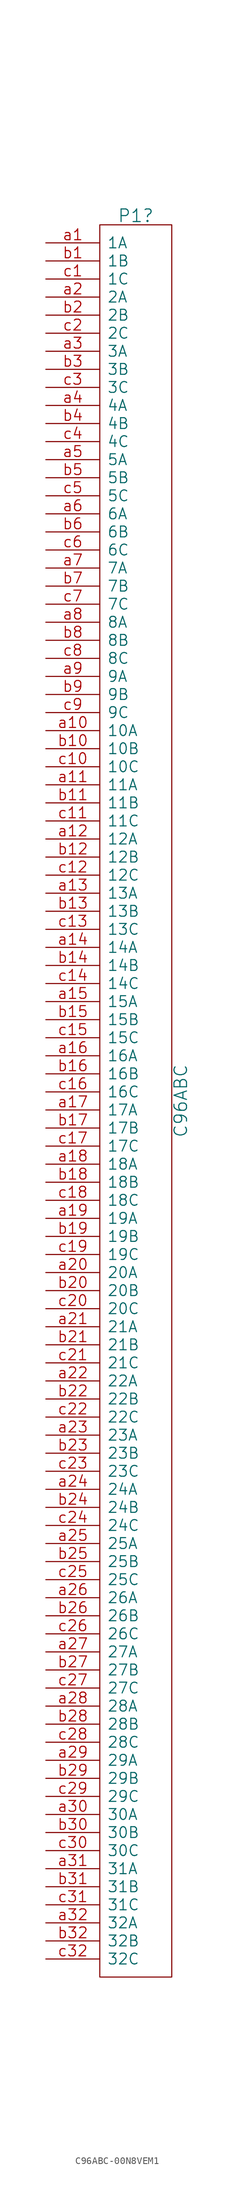
<source format=kicad_sym>
(kicad_symbol_lib
  (version 20231120)
  (generator "kicad_symbol_editor")
  (generator_version "8.0")
  (symbol "C96ABC-00N8VEM1"
    (pin_names
      (offset 1.016))
    (property "Reference" "P1"
      (at 0 124.46 0)
      (effects (font (size 1.778 1.778))))
    (property "Value" "C96ABC"
      (at 6.35 0 90)
      (effects (font (size 1.778 1.778))))
    (symbol "C96ABC-00N8VEM1_0_1"
      (rectangle (start -5.08 -123.19) (end 5.08 123.19) (stroke (width 0) (type solid)) (fill (type none))))
    (symbol "C96ABC-00N8VEM1_1_1"
      (pin passive line (at -12.7 120.65 0) (length 7.62) (name "1A" (effects (font (size 1.524 1.524)))) (number "a1" (effects (font (size 1.524 1.524)))))
      (pin passive line (at -12.7 52.07 0) (length 7.62) (name "10A" (effects (font (size 1.524 1.524)))) (number "a10" (effects (font (size 1.524 1.524)))))
      (pin passive line (at -12.7 44.45 0) (length 7.62) (name "11A" (effects (font (size 1.524 1.524)))) (number "a11" (effects (font (size 1.524 1.524)))))
      (pin passive line (at -12.7 36.83 0) (length 7.62) (name "12A" (effects (font (size 1.524 1.524)))) (number "a12" (effects (font (size 1.524 1.524)))))
      (pin passive line (at -12.7 29.21 0) (length 7.62) (name "13A" (effects (font (size 1.524 1.524)))) (number "a13" (effects (font (size 1.524 1.524)))))
      (pin passive line (at -12.7 21.59 0) (length 7.62) (name "14A" (effects (font (size 1.524 1.524)))) (number "a14" (effects (font (size 1.524 1.524)))))
      (pin passive line (at -12.7 13.97 0) (length 7.62) (name "15A" (effects (font (size 1.524 1.524)))) (number "a15" (effects (font (size 1.524 1.524)))))
      (pin passive line (at -12.7 6.35 0) (length 7.62) (name "16A" (effects (font (size 1.524 1.524)))) (number "a16" (effects (font (size 1.524 1.524)))))
      (pin passive line (at -12.7 -1.27 0) (length 7.62) (name "17A" (effects (font (size 1.524 1.524)))) (number "a17" (effects (font (size 1.524 1.524)))))
      (pin passive line (at -12.7 -8.89 0) (length 7.62) (name "18A" (effects (font (size 1.524 1.524)))) (number "a18" (effects (font (size 1.524 1.524)))))
      (pin passive line (at -12.7 -16.51 0) (length 7.62) (name "19A" (effects (font (size 1.524 1.524)))) (number "a19" (effects (font (size 1.524 1.524)))))
      (pin passive line (at -12.7 113.03 0) (length 7.62) (name "2A" (effects (font (size 1.524 1.524)))) (number "a2" (effects (font (size 1.524 1.524)))))
      (pin passive line (at -12.7 -24.13 0) (length 7.62) (name "20A" (effects (font (size 1.524 1.524)))) (number "a20" (effects (font (size 1.524 1.524)))))
      (pin tri_state line (at -12.7 -31.75 0) (length 7.62) (name "21A" (effects (font (size 1.524 1.524)))) (number "a21" (effects (font (size 1.524 1.524)))))
      (pin passive line (at -12.7 -39.37 0) (length 7.62) (name "22A" (effects (font (size 1.524 1.524)))) (number "a22" (effects (font (size 1.524 1.524)))))
      (pin passive line (at -12.7 -46.99 0) (length 7.62) (name "23A" (effects (font (size 1.524 1.524)))) (number "a23" (effects (font (size 1.524 1.524)))))
      (pin passive line (at -12.7 -54.61 0) (length 7.62) (name "24A" (effects (font (size 1.524 1.524)))) (number "a24" (effects (font (size 1.524 1.524)))))
      (pin passive line (at -12.7 -62.23 0) (length 7.62) (name "25A" (effects (font (size 1.524 1.524)))) (number "a25" (effects (font (size 1.524 1.524)))))
      (pin passive line (at -12.7 -69.85 0) (length 7.62) (name "26A" (effects (font (size 1.524 1.524)))) (number "a26" (effects (font (size 1.524 1.524)))))
      (pin passive line (at -12.7 -77.47 0) (length 7.62) (name "27A" (effects (font (size 1.524 1.524)))) (number "a27" (effects (font (size 1.524 1.524)))))
      (pin passive line (at -12.7 -85.09 0) (length 7.62) (name "28A" (effects (font (size 1.524 1.524)))) (number "a28" (effects (font (size 1.524 1.524)))))
      (pin passive line (at -12.7 -92.71 0) (length 7.62) (name "29A" (effects (font (size 1.524 1.524)))) (number "a29" (effects (font (size 1.524 1.524)))))
      (pin passive line (at -12.7 105.41 0) (length 7.62) (name "3A" (effects (font (size 1.524 1.524)))) (number "a3" (effects (font (size 1.524 1.524)))))
      (pin passive line (at -12.7 -100.33 0) (length 7.62) (name "30A" (effects (font (size 1.524 1.524)))) (number "a30" (effects (font (size 1.524 1.524)))))
      (pin passive line (at -12.7 -107.95 0) (length 7.62) (name "31A" (effects (font (size 1.524 1.524)))) (number "a31" (effects (font (size 1.524 1.524)))))
      (pin passive line (at -12.7 -115.57 0) (length 7.62) (name "32A" (effects (font (size 1.524 1.524)))) (number "a32" (effects (font (size 1.524 1.524)))))
      (pin passive line (at -12.7 97.79 0) (length 7.62) (name "4A" (effects (font (size 1.524 1.524)))) (number "a4" (effects (font (size 1.524 1.524)))))
      (pin passive line (at -12.7 90.17 0) (length 7.62) (name "5A" (effects (font (size 1.524 1.524)))) (number "a5" (effects (font (size 1.524 1.524)))))
      (pin passive line (at -12.7 82.55 0) (length 7.62) (name "6A" (effects (font (size 1.524 1.524)))) (number "a6" (effects (font (size 1.524 1.524)))))
      (pin passive line (at -12.7 74.93 0) (length 7.62) (name "7A" (effects (font (size 1.524 1.524)))) (number "a7" (effects (font (size 1.524 1.524)))))
      (pin passive line (at -12.7 67.31 0) (length 7.62) (name "8A" (effects (font (size 1.524 1.524)))) (number "a8" (effects (font (size 1.524 1.524)))))
      (pin passive line (at -12.7 59.69 0) (length 7.62) (name "9A" (effects (font (size 1.524 1.524)))) (number "a9" (effects (font (size 1.524 1.524)))))
      (pin passive line (at -12.7 118.11 0) (length 7.62) (name "1B" (effects (font (size 1.524 1.524)))) (number "b1" (effects (font (size 1.524 1.524)))))
      (pin passive line (at -12.7 49.53 0) (length 7.62) (name "10B" (effects (font (size 1.524 1.524)))) (number "b10" (effects (font (size 1.524 1.524)))))
      (pin passive line (at -12.7 41.91 0) (length 7.62) (name "11B" (effects (font (size 1.524 1.524)))) (number "b11" (effects (font (size 1.524 1.524)))))
      (pin passive line (at -12.7 34.29 0) (length 7.62) (name "12B" (effects (font (size 1.524 1.524)))) (number "b12" (effects (font (size 1.524 1.524)))))
      (pin passive line (at -12.7 26.67 0) (length 7.62) (name "13B" (effects (font (size 1.524 1.524)))) (number "b13" (effects (font (size 1.524 1.524)))))
      (pin passive line (at -12.7 19.05 0) (length 7.62) (name "14B" (effects (font (size 1.524 1.524)))) (number "b14" (effects (font (size 1.524 1.524)))))
      (pin passive line (at -12.7 11.43 0) (length 7.62) (name "15B" (effects (font (size 1.524 1.524)))) (number "b15" (effects (font (size 1.524 1.524)))))
      (pin passive line (at -12.7 3.81 0) (length 7.62) (name "16B" (effects (font (size 1.524 1.524)))) (number "b16" (effects (font (size 1.524 1.524)))))
      (pin passive line (at -12.7 -3.81 0) (length 7.62) (name "17B" (effects (font (size 1.524 1.524)))) (number "b17" (effects (font (size 1.524 1.524)))))
      (pin passive line (at -12.7 -11.43 0) (length 7.62) (name "18B" (effects (font (size 1.524 1.524)))) (number "b18" (effects (font (size 1.524 1.524)))))
      (pin passive line (at -12.7 -19.05 0) (length 7.62) (name "19B" (effects (font (size 1.524 1.524)))) (number "b19" (effects (font (size 1.524 1.524)))))
      (pin passive line (at -12.7 110.49 0) (length 7.62) (name "2B" (effects (font (size 1.524 1.524)))) (number "b2" (effects (font (size 1.524 1.524)))))
      (pin passive line (at -12.7 -26.67 0) (length 7.62) (name "20B" (effects (font (size 1.524 1.524)))) (number "b20" (effects (font (size 1.524 1.524)))))
      (pin passive line (at -12.7 -34.29 0) (length 7.62) (name "21B" (effects (font (size 1.524 1.524)))) (number "b21" (effects (font (size 1.524 1.524)))))
      (pin passive line (at -12.7 -41.91 0) (length 7.62) (name "22B" (effects (font (size 1.524 1.524)))) (number "b22" (effects (font (size 1.524 1.524)))))
      (pin passive line (at -12.7 -49.53 0) (length 7.62) (name "23B" (effects (font (size 1.524 1.524)))) (number "b23" (effects (font (size 1.524 1.524)))))
      (pin passive line (at -12.7 -57.15 0) (length 7.62) (name "24B" (effects (font (size 1.524 1.524)))) (number "b24" (effects (font (size 1.524 1.524)))))
      (pin passive line (at -12.7 -64.77 0) (length 7.62) (name "25B" (effects (font (size 1.524 1.524)))) (number "b25" (effects (font (size 1.524 1.524)))))
      (pin passive line (at -12.7 -72.39 0) (length 7.62) (name "26B" (effects (font (size 1.524 1.524)))) (number "b26" (effects (font (size 1.524 1.524)))))
      (pin passive line (at -12.7 -80.01 0) (length 7.62) (name "27B" (effects (font (size 1.524 1.524)))) (number "b27" (effects (font (size 1.524 1.524)))))
      (pin passive line (at -12.7 -87.63 0) (length 7.62) (name "28B" (effects (font (size 1.524 1.524)))) (number "b28" (effects (font (size 1.524 1.524)))))
      (pin passive line (at -12.7 -95.25 0) (length 7.62) (name "29B" (effects (font (size 1.524 1.524)))) (number "b29" (effects (font (size 1.524 1.524)))))
      (pin passive line (at -12.7 102.87 0) (length 7.62) (name "3B" (effects (font (size 1.524 1.524)))) (number "b3" (effects (font (size 1.524 1.524)))))
      (pin passive line (at -12.7 -102.87 0) (length 7.62) (name "30B" (effects (font (size 1.524 1.524)))) (number "b30" (effects (font (size 1.524 1.524)))))
      (pin passive line (at -12.7 -110.49 0) (length 7.62) (name "31B" (effects (font (size 1.524 1.524)))) (number "b31" (effects (font (size 1.524 1.524)))))
      (pin passive line (at -12.7 -118.11 0) (length 7.62) (name "32B" (effects (font (size 1.524 1.524)))) (number "b32" (effects (font (size 1.524 1.524)))))
      (pin passive line (at -12.7 95.25 0) (length 7.62) (name "4B" (effects (font (size 1.524 1.524)))) (number "b4" (effects (font (size 1.524 1.524)))))
      (pin passive line (at -12.7 87.63 0) (length 7.62) (name "5B" (effects (font (size 1.524 1.524)))) (number "b5" (effects (font (size 1.524 1.524)))))
      (pin passive line (at -12.7 80.01 0) (length 7.62) (name "6B" (effects (font (size 1.524 1.524)))) (number "b6" (effects (font (size 1.524 1.524)))))
      (pin passive line (at -12.7 72.39 0) (length 7.62) (name "7B" (effects (font (size 1.524 1.524)))) (number "b7" (effects (font (size 1.524 1.524)))))
      (pin passive line (at -12.7 64.77 0) (length 7.62) (name "8B" (effects (font (size 1.524 1.524)))) (number "b8" (effects (font (size 1.524 1.524)))))
      (pin passive line (at -12.7 57.15 0) (length 7.62) (name "9B" (effects (font (size 1.524 1.524)))) (number "b9" (effects (font (size 1.524 1.524)))))
      (pin passive line (at -12.7 115.57 0) (length 7.62) (name "1C" (effects (font (size 1.524 1.524)))) (number "c1" (effects (font (size 1.524 1.524)))))
      (pin passive line (at -12.7 46.99 0) (length 7.62) (name "10C" (effects (font (size 1.524 1.524)))) (number "c10" (effects (font (size 1.524 1.524)))))
      (pin passive line (at -12.7 39.37 0) (length 7.62) (name "11C" (effects (font (size 1.524 1.524)))) (number "c11" (effects (font (size 1.524 1.524)))))
      (pin passive line (at -12.7 31.75 0) (length 7.62) (name "12C" (effects (font (size 1.524 1.524)))) (number "c12" (effects (font (size 1.524 1.524)))))
      (pin passive line (at -12.7 24.13 0) (length 7.62) (name "13C" (effects (font (size 1.524 1.524)))) (number "c13" (effects (font (size 1.524 1.524)))))
      (pin passive line (at -12.7 16.51 0) (length 7.62) (name "14C" (effects (font (size 1.524 1.524)))) (number "c14" (effects (font (size 1.524 1.524)))))
      (pin passive line (at -12.7 8.89 0) (length 7.62) (name "15C" (effects (font (size 1.524 1.524)))) (number "c15" (effects (font (size 1.524 1.524)))))
      (pin passive line (at -12.7 1.27 0) (length 7.62) (name "16C" (effects (font (size 1.524 1.524)))) (number "c16" (effects (font (size 1.524 1.524)))))
      (pin passive line (at -12.7 -6.35 0) (length 7.62) (name "17C" (effects (font (size 1.524 1.524)))) (number "c17" (effects (font (size 1.524 1.524)))))
      (pin passive line (at -12.7 -13.97 0) (length 7.62) (name "18C" (effects (font (size 1.524 1.524)))) (number "c18" (effects (font (size 1.524 1.524)))))
      (pin passive line (at -12.7 -21.59 0) (length 7.62) (name "19C" (effects (font (size 1.524 1.524)))) (number "c19" (effects (font (size 1.524 1.524)))))
      (pin passive line (at -12.7 107.95 0) (length 7.62) (name "2C" (effects (font (size 1.524 1.524)))) (number "c2" (effects (font (size 1.524 1.524)))))
      (pin passive line (at -12.7 -29.21 0) (length 7.62) (name "20C" (effects (font (size 1.524 1.524)))) (number "c20" (effects (font (size 1.524 1.524)))))
      (pin passive line (at -12.7 -36.83 0) (length 7.62) (name "21C" (effects (font (size 1.524 1.524)))) (number "c21" (effects (font (size 1.524 1.524)))))
      (pin passive line (at -12.7 -44.45 0) (length 7.62) (name "22C" (effects (font (size 1.524 1.524)))) (number "c22" (effects (font (size 1.524 1.524)))))
      (pin passive line (at -12.7 -52.07 0) (length 7.62) (name "23C" (effects (font (size 1.524 1.524)))) (number "c23" (effects (font (size 1.524 1.524)))))
      (pin passive line (at -12.7 -59.69 0) (length 7.62) (name "24C" (effects (font (size 1.524 1.524)))) (number "c24" (effects (font (size 1.524 1.524)))))
      (pin passive line (at -12.7 -67.31 0) (length 7.62) (name "25C" (effects (font (size 1.524 1.524)))) (number "c25" (effects (font (size 1.524 1.524)))))
      (pin passive line (at -12.7 -74.93 0) (length 7.62) (name "26C" (effects (font (size 1.524 1.524)))) (number "c26" (effects (font (size 1.524 1.524)))))
      (pin passive line (at -12.7 -82.55 0) (length 7.62) (name "27C" (effects (font (size 1.524 1.524)))) (number "c27" (effects (font (size 1.524 1.524)))))
      (pin passive line (at -12.7 -90.17 0) (length 7.62) (name "28C" (effects (font (size 1.524 1.524)))) (number "c28" (effects (font (size 1.524 1.524)))))
      (pin passive line (at -12.7 -97.79 0) (length 7.62) (name "29C" (effects (font (size 1.524 1.524)))) (number "c29" (effects (font (size 1.524 1.524)))))
      (pin passive line (at -12.7 100.33 0) (length 7.62) (name "3C" (effects (font (size 1.524 1.524)))) (number "c3" (effects (font (size 1.524 1.524)))))
      (pin passive line (at -12.7 -105.41 0) (length 7.62) (name "30C" (effects (font (size 1.524 1.524)))) (number "c30" (effects (font (size 1.524 1.524)))))
      (pin passive line (at -12.7 -113.03 0) (length 7.62) (name "31C" (effects (font (size 1.524 1.524)))) (number "c31" (effects (font (size 1.524 1.524)))))
      (pin passive line (at -12.7 -120.65 0) (length 7.62) (name "32C" (effects (font (size 1.524 1.524)))) (number "c32" (effects (font (size 1.524 1.524)))))
      (pin passive line (at -12.7 92.71 0) (length 7.62) (name "4C" (effects (font (size 1.524 1.524)))) (number "c4" (effects (font (size 1.524 1.524)))))
      (pin passive line (at -12.7 85.09 0) (length 7.62) (name "5C" (effects (font (size 1.524 1.524)))) (number "c5" (effects (font (size 1.524 1.524)))))
      (pin passive line (at -12.7 77.47 0) (length 7.62) (name "6C" (effects (font (size 1.524 1.524)))) (number "c6" (effects (font (size 1.524 1.524)))))
      (pin passive line (at -12.7 69.85 0) (length 7.62) (name "7C" (effects (font (size 1.524 1.524)))) (number "c7" (effects (font (size 1.524 1.524)))))
      (pin passive line (at -12.7 62.23 0) (length 7.62) (name "8C" (effects (font (size 1.524 1.524)))) (number "c8" (effects (font (size 1.524 1.524)))))
      (pin passive line (at -12.7 54.61 0) (length 7.62) (name "9C" (effects (font (size 1.524 1.524)))) (number "c9" (effects (font (size 1.524 1.524)))))
      (pin power_in line (at 5.08 120.65 180) (length 0) hide (name "GND" (effects (font (size 1.27 1.27)))) (number "HOLE" (effects (font (size 1.27 1.27))))))))
</source>
